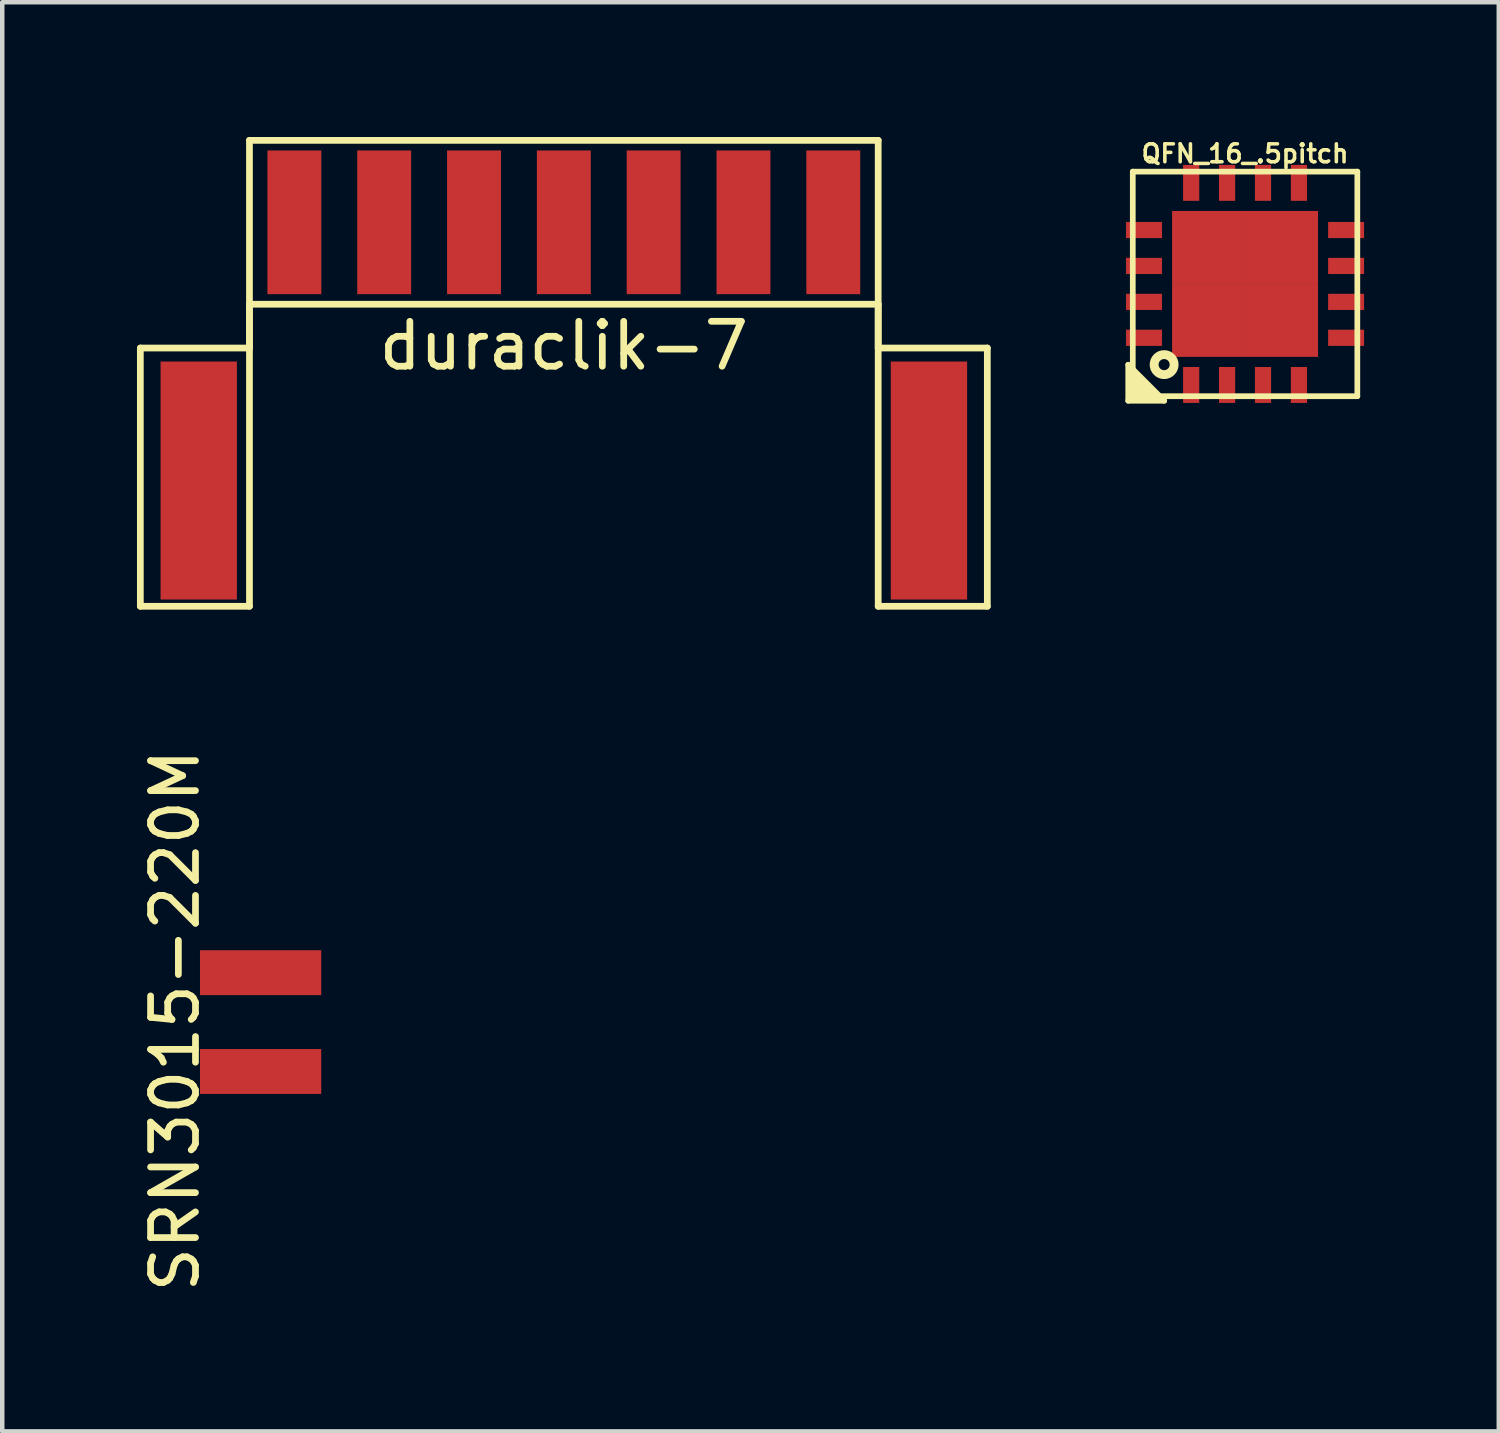
<source format=kicad_pcb>
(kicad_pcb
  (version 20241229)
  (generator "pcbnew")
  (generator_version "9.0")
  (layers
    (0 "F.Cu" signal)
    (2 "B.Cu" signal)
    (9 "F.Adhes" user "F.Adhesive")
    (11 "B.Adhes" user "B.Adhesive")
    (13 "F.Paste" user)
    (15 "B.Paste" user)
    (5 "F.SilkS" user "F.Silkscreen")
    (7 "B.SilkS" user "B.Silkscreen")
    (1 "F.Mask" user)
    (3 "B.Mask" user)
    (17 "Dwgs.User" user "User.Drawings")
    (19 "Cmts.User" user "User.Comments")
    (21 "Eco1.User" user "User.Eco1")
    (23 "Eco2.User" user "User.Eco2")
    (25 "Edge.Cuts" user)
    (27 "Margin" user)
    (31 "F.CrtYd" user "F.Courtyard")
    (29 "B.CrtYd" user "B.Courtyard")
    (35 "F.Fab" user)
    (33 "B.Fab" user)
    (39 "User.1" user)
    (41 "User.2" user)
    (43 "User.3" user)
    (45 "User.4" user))
  (footprint "SRN3015-220M"
    (layer "F.Cu")
    (at 2.753 20.309)
    (property "Reference" "SRN3015-220M" (at -1.905 -0.635 90) (layer "F.SilkS") (effects (font (size 1 1) (thickness 0.15))))
    (attr through_hole)
    (pad "1" smd rect (at 0 0.5) (size 2.7 1) (layers "F.Cu" "F.Mask" "F.Paste"))
    (pad "2" smd rect (at 0 -1.7) (size 2.7 1) (layers "F.Cu" "F.Mask" "F.Paste")))
  (footprint "duraclik-7"
    (layer "F.Cu")
    (at 9.505 1.9)
    (property "Reference" "duraclik-7" (at 0 2.75 0) (layer "F.SilkS") (effects (font (size 1 1) (thickness 0.15))))
    (attr smd)
    (fp_line (start -9.43 2.8) (end -7 2.8) (stroke (width 0.15) (type solid)) (layer "F.SilkS"))
    (fp_line (start -9.43 8.55) (end -9.43 2.8) (stroke (width 0.15) (type solid)) (layer "F.SilkS"))
    (fp_line (start -7 -1.825) (end 7 -1.825) (stroke (width 0.15) (type solid)) (layer "F.SilkS"))
    (fp_line (start -7 1.825) (end -7 8.55) (stroke (width 0.15) (type solid)) (layer "F.SilkS"))
    (fp_line (start -7 1.825) (end 7 1.825) (stroke (width 0.15) (type solid)) (layer "F.SilkS"))
    (fp_line (start -7 2.8) (end -7 -1.825) (stroke (width 0.15) (type solid)) (layer "F.SilkS"))
    (fp_line (start -7 8.55) (end -9.43 8.55) (stroke (width 0.15) (type solid)) (layer "F.SilkS"))
    (fp_line (start 7 1.825) (end 7 8.55) (stroke (width 0.15) (type solid)) (layer "F.SilkS"))
    (fp_line (start 7 2.8) (end 7 -1.825) (stroke (width 0.15) (type solid)) (layer "F.SilkS"))
    (fp_line (start 7 8.55) (end 9.43 8.55) (stroke (width 0.15) (type solid)) (layer "F.SilkS"))
    (fp_line (start 9.43 2.8) (end 7 2.8) (stroke (width 0.15) (type solid)) (layer "F.SilkS"))
    (fp_line (start 9.43 8.55) (end 9.43 2.8) (stroke (width 0.15) (type solid)) (layer "F.SilkS"))
    (pad "0" smd rect (at -8.13 5.75) (size 1.7 5.3) (layers "F.Cu" "F.Mask" "F.Paste"))
    (pad "0" smd rect (at 8.13 5.75) (size 1.7 5.3) (layers "F.Cu" "F.Mask" "F.Paste"))
    (pad "1" smd rect (at -6 0) (size 1.2 3.2) (layers "F.Cu" "F.Mask" "F.Paste"))
    (pad "2" smd rect (at -4 0) (size 1.2 3.2) (layers "F.Cu" "F.Mask" "F.Paste"))
    (pad "3" smd rect (at -2 0) (size 1.2 3.2) (layers "F.Cu" "F.Mask" "F.Paste"))
    (pad "4" smd rect (at 0 0) (size 1.2 3.2) (layers "F.Cu" "F.Mask" "F.Paste"))
    (pad "5" smd rect (at 2 0) (size 1.2 3.2) (layers "F.Cu" "F.Mask" "F.Paste"))
    (pad "6" smd rect (at 4 0) (size 1.2 3.2) (layers "F.Cu" "F.Mask" "F.Paste"))
    (pad "7" smd rect (at 6 0) (size 1.2 3.2) (layers "F.Cu" "F.Mask" "F.Paste")))
  (footprint "QFN_16_.5pitch"
    (layer "F.Cu")
    (at 24.674 3.272)
    (property "Reference" "QFN_16_.5pitch" (at 0 -2.901 0) (layer "F.SilkS") (effects (font (size 0.399 0.399) (thickness 0.079))))
    (attr through_hole)
    (fp_line (start -2.601 1.8) (end -2.601 2.601) (stroke (width 0.127) (type solid)) (layer "F.SilkS"))
    (fp_line (start -2.601 2.601) (end -1.8 2.601) (stroke (width 0.127) (type solid)) (layer "F.SilkS"))
    (fp_line (start -2.5 -2.5) (end 2.5 -2.5) (stroke (width 0.127) (type solid)) (layer "F.SilkS"))
    (fp_line (start -2.5 2.5) (end -2.5 -2.5) (stroke (width 0.127) (type solid)) (layer "F.SilkS"))
    (fp_line (start -2.499 2.001) (end -2.001 2.499) (stroke (width 0.127) (type solid)) (layer "F.SilkS"))
    (fp_line (start -2.499 2.1) (end -2.1 2.499) (stroke (width 0.127) (type solid)) (layer "F.SilkS"))
    (fp_line (start -2.499 2.199) (end -2.499 2.301) (stroke (width 0.127) (type solid)) (layer "F.SilkS"))
    (fp_line (start -2.499 2.301) (end -2.301 2.499) (stroke (width 0.127) (type solid)) (layer "F.SilkS"))
    (fp_line (start -2.199 2.499) (end -2.499 2.199) (stroke (width 0.127) (type solid)) (layer "F.SilkS"))
    (fp_line (start -2.1 2.499) (end -2.199 2.499) (stroke (width 0.127) (type solid)) (layer "F.SilkS"))
    (fp_line (start -1.8 2.601) (end -2.601 1.8) (stroke (width 0.127) (type solid)) (layer "F.SilkS"))
    (fp_line (start 2.5 -2.5) (end 2.5 2.5) (stroke (width 0.127) (type solid)) (layer "F.SilkS"))
    (fp_line (start 2.5 2.5) (end -2.5 2.5) (stroke (width 0.127) (type solid)) (layer "F.SilkS"))
    (fp_circle (center -1.802 1.797) (end -1.604 1.899) (stroke (width 0.198) (type solid)) (fill no) (layer "F.SilkS"))
    (pad "1" smd rect (at -1.2 2.25) (size 0.36 0.8) (layers "F.Cu" "F.Mask" "F.Paste"))
    (pad "2" smd rect (at -0.4 2.25) (size 0.36 0.8) (layers "F.Cu" "F.Mask" "F.Paste"))
    (pad "3" smd rect (at 0.4 2.25) (size 0.36 0.8) (layers "F.Cu" "F.Mask" "F.Paste"))
    (pad "4" smd rect (at 1.2 2.25) (size 0.36 0.8) (layers "F.Cu" "F.Mask" "F.Paste"))
    (pad "5" smd rect (at 2.25 1.2) (size 0.8 0.36) (layers "F.Cu" "F.Mask" "F.Paste"))
    (pad "6" smd rect (at 2.25 0.4) (size 0.8 0.36) (layers "F.Cu" "F.Mask" "F.Paste"))
    (pad "7" smd rect (at 2.25 -0.4) (size 0.8 0.36) (layers "F.Cu" "F.Mask" "F.Paste"))
    (pad "8" smd rect (at 2.25 -1.2) (size 0.8 0.36) (layers "F.Cu" "F.Mask" "F.Paste"))
    (pad "9" smd rect (at 1.2 -2.25) (size 0.36 0.8) (layers "F.Cu" "F.Mask" "F.Paste"))
    (pad "10" smd rect (at 0.4 -2.25) (size 0.36 0.8) (layers "F.Cu" "F.Mask" "F.Paste"))
    (pad "11" smd rect (at -0.4 -2.25) (size 0.36 0.8) (layers "F.Cu" "F.Mask" "F.Paste"))
    (pad "12" smd rect (at -1.2 -2.25) (size 0.36 0.8) (layers "F.Cu" "F.Mask" "F.Paste"))
    (pad "13" smd rect (at -2.25 -1.2) (size 0.8 0.36) (layers "F.Cu" "F.Mask" "F.Paste"))
    (pad "14" smd rect (at -2.25 -0.4) (size 0.8 0.36) (layers "F.Cu" "F.Mask" "F.Paste"))
    (pad "15" smd rect (at -2.25 0.4) (size 0.8 0.36) (layers "F.Cu" "F.Mask" "F.Paste"))
    (pad "16" smd rect (at -2.25 1.2) (size 0.8 0.36) (layers "F.Cu" "F.Mask" "F.Paste"))
    (pad "17" smd rect (at -0.812 -0.812) (size 1.625 1.625) (layers "F.Cu" "F.Mask" "F.Paste"))
    (pad "17" smd rect (at -0.812 0.812) (size 1.625 1.625) (layers "F.Cu" "F.Mask" "F.Paste"))
    (pad "17" smd rect (at 0.812 -0.812) (size 1.625 1.625) (layers "F.Cu" "F.Mask" "F.Paste"))
    (pad "17" smd rect (at 0.812 0.812) (size 1.625 1.625) (layers "F.Cu" "F.Mask" "F.Paste")))
  (gr_rect
    (start -3 -3)
    (end 30.324 28.823)
    (stroke (width 0.1) (type default))
    (fill no)
    (layer "Edge.Cuts")))
</source>
